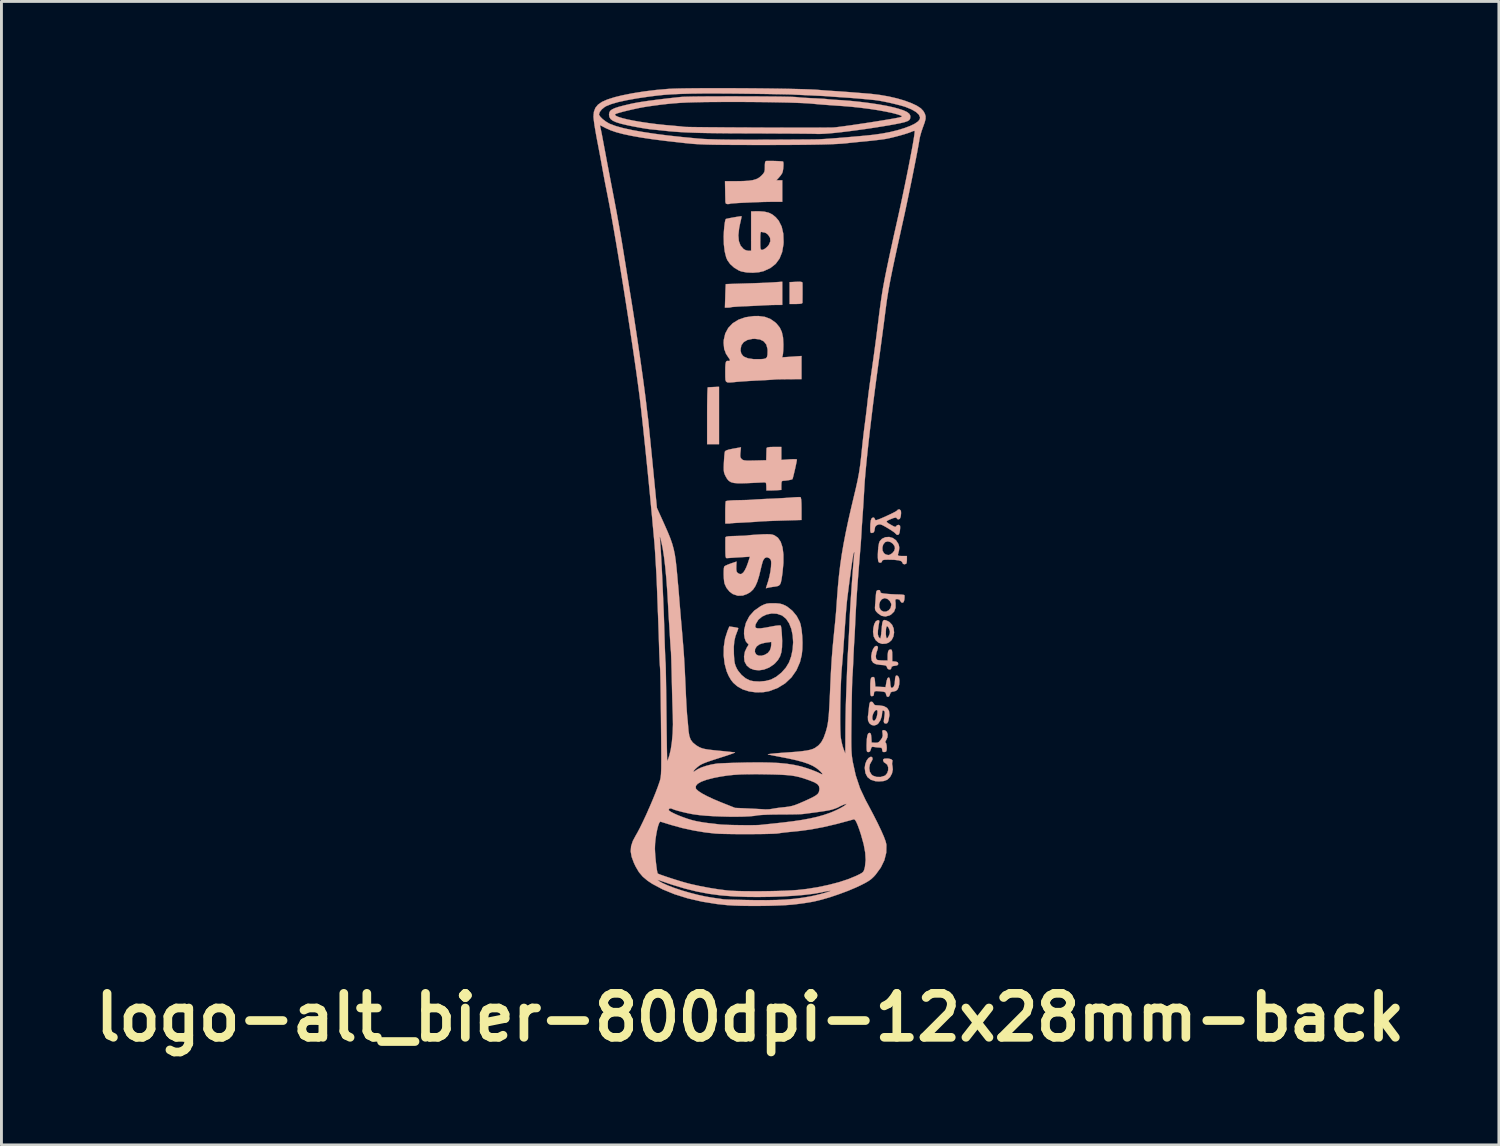
<source format=kicad_pcb>
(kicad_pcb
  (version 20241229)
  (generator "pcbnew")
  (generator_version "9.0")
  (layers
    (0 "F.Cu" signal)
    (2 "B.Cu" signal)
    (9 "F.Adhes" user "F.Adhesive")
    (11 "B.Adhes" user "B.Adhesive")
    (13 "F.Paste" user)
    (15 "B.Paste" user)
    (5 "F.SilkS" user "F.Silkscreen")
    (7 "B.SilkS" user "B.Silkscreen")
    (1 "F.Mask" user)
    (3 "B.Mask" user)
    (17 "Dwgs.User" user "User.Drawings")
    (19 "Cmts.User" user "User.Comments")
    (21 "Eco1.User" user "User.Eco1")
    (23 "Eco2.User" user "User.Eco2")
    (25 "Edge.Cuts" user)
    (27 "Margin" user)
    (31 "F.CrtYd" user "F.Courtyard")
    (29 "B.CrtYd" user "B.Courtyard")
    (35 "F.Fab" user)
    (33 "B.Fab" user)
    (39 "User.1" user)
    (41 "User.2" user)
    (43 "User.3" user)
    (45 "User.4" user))
  (footprint "logo-alt_bier-800dpi-12x28mm-back"
    (layer "F.Cu")
    (at 22.915 14.049)
    (property "Reference" "logo-alt_bier-800dpi-12x28mm-back" (at 0.025 18.15 0) (layer "F.SilkS") (effects (font (size 1.524 1.524) (thickness 0.3))))
    (attr through_hole)
    (fp_poly (pts (xy -1.236 -3.691) (xy -1.339 -3.686) (xy -1.416 -3.682) (xy -1.443 -3.681) (xy -1.449 -3.65) (xy -1.454 -3.563) (xy -1.459 -3.428) (xy -1.462 -3.252) (xy -1.465 -3.043) (xy -1.466 -2.81) (xy -1.466 -2.694) (xy -1.466 -1.71) (xy -1.054 -1.71) (xy -1.054 -3.699) (xy -1.236 -3.691)) (stroke (width 0.01) (type solid)) (fill yes) (layer "B.SilkS"))
    (fp_poly (pts (xy 1.613 -7.335) (xy 1.391 -7.324) (xy 1.391 -6.567) (xy 1.613 -6.567) (xy 1.743 -6.572) (xy 1.815 -6.585) (xy 1.837 -6.607) (xy 1.837 -6.671) (xy 1.838 -6.775) (xy 1.839 -6.903) (xy 1.839 -7.037) (xy 1.839 -7.159) (xy 1.838 -7.252) (xy 1.838 -7.298) (xy 1.825 -7.323) (xy 1.781 -7.336) (xy 1.695 -7.338) (xy 1.613 -7.335)) (stroke (width 0.01) (type solid)) (fill yes) (layer "B.SilkS"))
    (fp_poly (pts (xy 0.843 -7.318) (xy 0.72 -7.311) (xy 0.548 -7.302) (xy 0.343 -7.294) (xy 0.12 -7.286) (xy -0.106 -7.279) (xy -0.133 -7.278) (xy -0.334 -7.272) (xy -0.512 -7.266) (xy -0.657 -7.262) (xy -0.761 -7.258) (xy -0.815 -7.255) (xy -0.82 -7.254) (xy -0.823 -7.223) (xy -0.827 -7.14) (xy -0.832 -7.018) (xy -0.837 -6.869) (xy -0.837 -6.845) (xy -0.85 -6.441) (xy -0.751 -6.441) (xy -0.677 -6.445) (xy -0.637 -6.455) (xy -0.637 -6.455) (xy -0.602 -6.462) (xy -0.514 -6.469) (xy -0.386 -6.478) (xy -0.229 -6.486) (xy -0.147 -6.489) (xy 0.035 -6.497) (xy 0.208 -6.505) (xy 0.357 -6.513) (xy 0.463 -6.519) (xy 0.486 -6.52) (xy 0.6 -6.526) (xy 0.746 -6.531) (xy 0.891 -6.534) (xy 1.137 -6.536) (xy 1.137 -7.338) (xy 0.843 -7.318)) (stroke (width 0.01) (type solid)) (fill yes) (layer "B.SilkS"))
    (fp_poly (pts (xy 4.194 9.123) (xy 4.122 9.166) (xy 4.059 9.254) (xy 4.013 9.371) (xy 3.995 9.498) (xy 3.994 9.504) (xy 4.018 9.685) (xy 4.088 9.822) (xy 4.204 9.916) (xy 4.365 9.966) (xy 4.487 9.974) (xy 4.649 9.961) (xy 4.768 9.918) (xy 4.777 9.913) (xy 4.871 9.823) (xy 4.938 9.698) (xy 4.967 9.561) (xy 4.956 9.452) (xy 4.941 9.369) (xy 4.947 9.308) (xy 4.949 9.304) (xy 4.957 9.247) (xy 4.911 9.205) (xy 4.817 9.183) (xy 4.768 9.181) (xy 4.681 9.185) (xy 4.64 9.203) (xy 4.63 9.242) (xy 4.63 9.245) (xy 4.658 9.308) (xy 4.706 9.338) (xy 4.774 9.394) (xy 4.807 9.483) (xy 4.806 9.587) (xy 4.773 9.686) (xy 4.709 9.763) (xy 4.683 9.778) (xy 4.547 9.82) (xy 4.406 9.819) (xy 4.283 9.777) (xy 4.231 9.738) (xy 4.17 9.636) (xy 4.151 9.508) (xy 4.173 9.38) (xy 4.22 9.295) (xy 4.262 9.218) (xy 4.263 9.155) (xy 4.228 9.123) (xy 4.194 9.123)) (stroke (width 0.01) (type solid)) (fill yes) (layer "B.SilkS"))
    (fp_poly (pts (xy 4.334 5.311) (xy 4.284 5.386) (xy 4.245 5.49) (xy 4.222 5.612) (xy 4.219 5.661) (xy 4.233 5.78) (xy 4.286 5.862) (xy 4.385 5.912) (xy 4.537 5.935) (xy 4.544 5.936) (xy 4.658 5.945) (xy 4.722 5.96) (xy 4.753 5.984) (xy 4.763 6.017) (xy 4.791 6.072) (xy 4.841 6.098) (xy 4.89 6.091) (xy 4.915 6.049) (xy 4.915 6.041) (xy 4.929 5.997) (xy 4.98 5.975) (xy 5.034 5.968) (xy 5.115 5.954) (xy 5.149 5.923) (xy 5.153 5.894) (xy 5.137 5.847) (xy 5.077 5.824) (xy 5.05 5.821) (xy 4.947 5.811) (xy 4.947 5.607) (xy 4.945 5.495) (xy 4.935 5.433) (xy 4.915 5.407) (xy 4.887 5.402) (xy 4.834 5.419) (xy 4.803 5.476) (xy 4.789 5.581) (xy 4.788 5.643) (xy 4.788 5.783) (xy 4.632 5.783) (xy 4.53 5.779) (xy 4.449 5.77) (xy 4.426 5.764) (xy 4.387 5.718) (xy 4.378 5.63) (xy 4.398 5.516) (xy 4.424 5.443) (xy 4.452 5.35) (xy 4.442 5.297) (xy 4.439 5.294) (xy 4.388 5.277) (xy 4.334 5.311)) (stroke (width 0.01) (type solid)) (fill yes) (layer "B.SilkS"))
    (fp_poly (pts (xy 4.629 4.407) (xy 4.604 4.478) (xy 4.588 4.602) (xy 4.58 4.704) (xy 4.568 4.837) (xy 4.554 4.943) (xy 4.54 5.007) (xy 4.531 5.021) (xy 4.498 4.996) (xy 4.468 4.953) (xy 4.448 4.874) (xy 4.451 4.747) (xy 4.475 4.567) (xy 4.49 4.487) (xy 4.5 4.416) (xy 4.484 4.39) (xy 4.436 4.391) (xy 4.374 4.431) (xy 4.325 4.523) (xy 4.293 4.658) (xy 4.283 4.793) (xy 4.305 4.951) (xy 4.372 5.078) (xy 4.472 5.166) (xy 4.597 5.209) (xy 4.735 5.199) (xy 4.828 5.162) (xy 4.927 5.075) (xy 4.988 4.954) (xy 5.011 4.815) (xy 5.006 4.771) (xy 4.866 4.771) (xy 4.863 4.839) (xy 4.838 4.91) (xy 4.794 4.995) (xy 4.76 5.017) (xy 4.737 4.978) (xy 4.726 4.878) (xy 4.725 4.817) (xy 4.731 4.685) (xy 4.749 4.611) (xy 4.778 4.595) (xy 4.815 4.64) (xy 4.837 4.686) (xy 4.866 4.771) (xy 5.006 4.771) (xy 4.996 4.674) (xy 4.942 4.548) (xy 4.851 4.452) (xy 4.821 4.434) (xy 4.731 4.392) (xy 4.669 4.381) (xy 4.629 4.407)) (stroke (width 0.01) (type solid)) (fill yes) (layer "B.SilkS"))
    (fp_poly (pts (xy 4.613 8.205) (xy 4.602 8.242) (xy 4.612 8.31) (xy 4.618 8.397) (xy 4.592 8.471) (xy 4.549 8.534) (xy 4.487 8.605) (xy 4.428 8.634) (xy 4.349 8.635) (xy 4.233 8.625) (xy 4.223 8.458) (xy 4.213 8.358) (xy 4.195 8.308) (xy 4.163 8.292) (xy 4.156 8.291) (xy 4.114 8.314) (xy 4.085 8.384) (xy 4.067 8.506) (xy 4.059 8.685) (xy 4.058 8.744) (xy 4.06 8.858) (xy 4.068 8.923) (xy 4.087 8.951) (xy 4.12 8.958) (xy 4.122 8.958) (xy 4.175 8.937) (xy 4.205 8.866) (xy 4.206 8.86) (xy 4.226 8.793) (xy 4.264 8.773) (xy 4.321 8.781) (xy 4.425 8.795) (xy 4.506 8.8) (xy 4.573 8.809) (xy 4.596 8.848) (xy 4.598 8.879) (xy 4.614 8.942) (xy 4.656 8.958) (xy 4.716 8.948) (xy 4.735 8.937) (xy 4.752 8.89) (xy 4.757 8.81) (xy 4.751 8.725) (xy 4.736 8.657) (xy 4.719 8.633) (xy 4.702 8.607) (xy 4.733 8.547) (xy 4.735 8.544) (xy 4.781 8.443) (xy 4.788 8.342) (xy 4.759 8.257) (xy 4.698 8.205) (xy 4.651 8.196) (xy 4.613 8.205)) (stroke (width 0.01) (type solid)) (fill yes) (layer "B.SilkS"))
    (fp_poly (pts (xy 1.631 0.126) (xy 1.512 0.133) (xy 1.479 0.136) (xy 1.355 0.145) (xy 1.186 0.156) (xy 0.992 0.167) (xy 0.791 0.177) (xy 0.712 0.18) (xy 0.531 0.188) (xy 0.365 0.197) (xy 0.229 0.204) (xy 0.135 0.211) (xy 0.105 0.213) (xy 0.037 0.218) (xy -0.078 0.223) (xy -0.226 0.227) (xy -0.389 0.23) (xy -0.396 0.23) (xy -0.55 0.234) (xy -0.68 0.242) (xy -0.774 0.253) (xy -0.818 0.264) (xy -0.82 0.266) (xy -0.827 0.308) (xy -0.833 0.399) (xy -0.837 0.527) (xy -0.838 0.666) (xy -0.838 1.037) (xy -0.756 1.04) (xy -0.691 1.039) (xy -0.665 1.034) (xy -0.631 1.029) (xy -0.546 1.022) (xy -0.421 1.015) (xy -0.268 1.007) (xy -0.212 1.004) (xy -0.044 0.995) (xy 0.107 0.987) (xy 0.226 0.979) (xy 0.3 0.972) (xy 0.31 0.971) (xy 0.364 0.967) (xy 0.471 0.961) (xy 0.62 0.954) (xy 0.802 0.947) (xy 1.006 0.94) (xy 1.096 0.937) (xy 1.804 0.916) (xy 1.804 0.526) (xy 1.801 0.341) (xy 1.793 0.21) (xy 1.779 0.139) (xy 1.769 0.126) (xy 1.723 0.123) (xy 1.631 0.126)) (stroke (width 0.01) (type solid)) (fill yes) (layer "B.SilkS"))
    (fp_poly (pts (xy 0.601 -11.523) (xy 0.589 -11.523) (xy 0.558 -11.512) (xy 0.541 -11.472) (xy 0.534 -11.391) (xy 0.534 -11.326) (xy 0.531 -11.214) (xy 0.515 -11.141) (xy 0.477 -11.08) (xy 0.415 -11.013) (xy 0.333 -10.944) (xy 0.238 -10.894) (xy 0.118 -10.858) (xy -0.035 -10.836) (xy -0.232 -10.825) (xy -0.444 -10.822) (xy -0.847 -10.822) (xy -0.841 -10.497) (xy -0.839 -10.352) (xy -0.836 -10.224) (xy -0.834 -10.132) (xy -0.834 -10.1) (xy -0.814 -10.043) (xy -0.757 -10.028) (xy -0.694 -10.033) (xy -0.67 -10.041) (xy -0.635 -10.048) (xy -0.546 -10.055) (xy -0.415 -10.064) (xy -0.252 -10.073) (xy -0.067 -10.081) (xy 0.129 -10.09) (xy 0.325 -10.097) (xy 0.512 -10.103) (xy 0.678 -10.106) (xy 0.812 -10.108) (xy 1.137 -10.108) (xy 1.137 -10.481) (xy 1.137 -10.854) (xy 0.935 -10.854) (xy 1.016 -10.941) (xy 1.083 -11.022) (xy 1.134 -11.099) (xy 1.136 -11.104) (xy 1.156 -11.168) (xy 1.171 -11.263) (xy 1.178 -11.365) (xy 1.178 -11.452) (xy 1.167 -11.501) (xy 1.166 -11.503) (xy 1.131 -11.508) (xy 1.05 -11.514) (xy 0.939 -11.519) (xy 0.816 -11.523) (xy 0.698 -11.524) (xy 0.601 -11.523)) (stroke (width 0.01) (type solid)) (fill yes) (layer "B.SilkS"))
    (fp_poly (pts (xy 4.188 7.221) (xy 4.165 7.256) (xy 4.15 7.332) (xy 4.141 7.41) (xy 4.128 7.542) (xy 4.112 7.669) (xy 4.103 7.736) (xy 4.108 7.859) (xy 4.153 7.956) (xy 4.228 8.017) (xy 4.318 8.037) (xy 4.413 8.007) (xy 4.466 7.963) (xy 4.539 7.85) (xy 4.586 7.703) (xy 4.598 7.586) (xy 4.603 7.549) (xy 4.437 7.549) (xy 4.432 7.637) (xy 4.431 7.641) (xy 4.408 7.749) (xy 4.371 7.828) (xy 4.329 7.871) (xy 4.289 7.87) (xy 4.26 7.819) (xy 4.255 7.792) (xy 4.26 7.711) (xy 4.289 7.622) (xy 4.333 7.544) (xy 4.38 7.501) (xy 4.394 7.498) (xy 4.426 7.508) (xy 4.437 7.549) (xy 4.603 7.549) (xy 4.606 7.526) (xy 4.638 7.516) (xy 4.649 7.519) (xy 4.68 7.545) (xy 4.689 7.6) (xy 4.681 7.685) (xy 4.667 7.788) (xy 4.656 7.874) (xy 4.653 7.895) (xy 4.668 7.95) (xy 4.715 7.968) (xy 4.764 7.963) (xy 4.797 7.92) (xy 4.818 7.857) (xy 4.85 7.674) (xy 4.835 7.531) (xy 4.77 7.429) (xy 4.655 7.365) (xy 4.49 7.34) (xy 4.454 7.339) (xy 4.364 7.333) (xy 4.318 7.309) (xy 4.303 7.276) (xy 4.262 7.222) (xy 4.223 7.212) (xy 4.188 7.221)) (stroke (width 0.01) (type solid)) (fill yes) (layer "B.SilkS"))
    (fp_poly (pts (xy 5.071 6.317) (xy 5.048 6.389) (xy 5.042 6.47) (xy 5.03 6.603) (xy 4.996 6.695) (xy 4.943 6.735) (xy 4.932 6.736) (xy 4.903 6.715) (xy 4.885 6.645) (xy 4.877 6.553) (xy 4.867 6.443) (xy 4.848 6.386) (xy 4.82 6.371) (xy 4.784 6.398) (xy 4.755 6.482) (xy 4.744 6.539) (xy 4.715 6.707) (xy 4.537 6.698) (xy 4.36 6.688) (xy 4.35 6.521) (xy 4.34 6.422) (xy 4.322 6.371) (xy 4.29 6.355) (xy 4.282 6.355) (xy 4.24 6.364) (xy 4.212 6.397) (xy 4.196 6.464) (xy 4.187 6.575) (xy 4.185 6.738) (xy 4.186 6.873) (xy 4.191 6.957) (xy 4.203 7.002) (xy 4.224 7.019) (xy 4.248 7.021) (xy 4.299 7.002) (xy 4.312 6.944) (xy 4.318 6.885) (xy 4.344 6.853) (xy 4.404 6.843) (xy 4.511 6.85) (xy 4.543 6.853) (xy 4.645 6.866) (xy 4.7 6.884) (xy 4.724 6.917) (xy 4.731 6.954) (xy 4.758 7.027) (xy 4.802 7.048) (xy 4.846 7.014) (xy 4.867 6.96) (xy 4.893 6.89) (xy 4.943 6.865) (xy 4.976 6.863) (xy 5.064 6.84) (xy 5.122 6.799) (xy 5.164 6.719) (xy 5.19 6.606) (xy 5.196 6.486) (xy 5.181 6.384) (xy 5.161 6.342) (xy 5.111 6.3) (xy 5.071 6.317)) (stroke (width 0.01) (type solid)) (fill yes) (layer "B.SilkS"))
    (fp_poly (pts (xy 4.712 1.512) (xy 4.594 1.566) (xy 4.514 1.652) (xy 4.489 1.719) (xy 4.47 1.827) (xy 4.456 1.96) (xy 4.449 2.098) (xy 4.449 2.226) (xy 4.459 2.325) (xy 4.476 2.376) (xy 4.527 2.4) (xy 4.578 2.38) (xy 4.598 2.335) (xy 4.615 2.309) (xy 4.674 2.295) (xy 4.786 2.291) (xy 4.8 2.291) (xy 5.012 2.296) (xy 5.164 2.313) (xy 5.258 2.341) (xy 5.295 2.381) (xy 5.296 2.39) (xy 5.321 2.436) (xy 5.376 2.452) (xy 5.432 2.43) (xy 5.434 2.428) (xy 5.448 2.385) (xy 5.455 2.306) (xy 5.455 2.285) (xy 5.455 2.164) (xy 5.293 2.164) (xy 5.198 2.162) (xy 5.153 2.151) (xy 5.143 2.124) (xy 5.15 2.092) (xy 5.182 1.963) (xy 5.188 1.894) (xy 5.042 1.894) (xy 5.015 1.985) (xy 4.946 2.068) (xy 4.858 2.122) (xy 4.806 2.132) (xy 4.722 2.11) (xy 4.661 2.068) (xy 4.612 1.979) (xy 4.605 1.868) (xy 4.636 1.761) (xy 4.705 1.681) (xy 4.706 1.68) (xy 4.791 1.657) (xy 4.885 1.68) (xy 4.969 1.739) (xy 5.027 1.822) (xy 5.042 1.894) (xy 5.188 1.894) (xy 5.19 1.868) (xy 5.175 1.786) (xy 5.158 1.742) (xy 5.079 1.621) (xy 4.969 1.541) (xy 4.842 1.504) (xy 4.712 1.512)) (stroke (width 0.01) (type solid)) (fill yes) (layer "B.SilkS"))
    (fp_poly (pts (xy 4.419 3.359) (xy 4.395 3.399) (xy 4.384 3.481) (xy 4.381 3.513) (xy 4.372 3.642) (xy 4.361 3.788) (xy 4.355 3.855) (xy 4.348 3.961) (xy 4.356 4.029) (xy 4.388 4.084) (xy 4.449 4.148) (xy 4.574 4.235) (xy 4.71 4.26) (xy 4.852 4.223) (xy 4.904 4.194) (xy 5.01 4.092) (xy 5.063 3.956) (xy 5.063 3.855) (xy 4.915 3.855) (xy 4.891 3.963) (xy 4.828 4.043) (xy 4.742 4.089) (xy 4.648 4.093) (xy 4.561 4.048) (xy 4.549 4.036) (xy 4.5 3.944) (xy 4.495 3.839) (xy 4.526 3.739) (xy 4.588 3.662) (xy 4.674 3.625) (xy 4.692 3.624) (xy 4.783 3.652) (xy 4.862 3.722) (xy 4.91 3.814) (xy 4.915 3.855) (xy 5.063 3.855) (xy 5.063 3.798) (xy 5.053 3.711) (xy 5.061 3.669) (xy 5.094 3.657) (xy 5.125 3.656) (xy 5.199 3.678) (xy 5.224 3.72) (xy 5.261 3.771) (xy 5.296 3.783) (xy 5.339 3.763) (xy 5.363 3.695) (xy 5.368 3.664) (xy 5.374 3.581) (xy 5.371 3.526) (xy 5.369 3.521) (xy 5.333 3.508) (xy 5.253 3.499) (xy 5.188 3.497) (xy 5.068 3.494) (xy 4.919 3.487) (xy 4.777 3.477) (xy 4.653 3.464) (xy 4.58 3.45) (xy 4.544 3.43) (xy 4.534 3.4) (xy 4.534 3.395) (xy 4.517 3.349) (xy 4.463 3.344) (xy 4.419 3.359)) (stroke (width 0.01) (type solid)) (fill yes) (layer "B.SilkS"))
    (fp_poly (pts (xy 5.147 0.555) (xy 5.115 0.588) (xy 5.079 0.615) (xy 4.998 0.659) (xy 4.887 0.714) (xy 4.76 0.773) (xy 4.631 0.831) (xy 4.515 0.88) (xy 4.425 0.913) (xy 4.377 0.925) (xy 4.348 0.9) (xy 4.344 0.878) (xy 4.318 0.838) (xy 4.284 0.83) (xy 4.237 0.854) (xy 4.206 0.927) (xy 4.189 1.054) (xy 4.185 1.202) (xy 4.187 1.301) (xy 4.198 1.351) (xy 4.223 1.366) (xy 4.256 1.364) (xy 4.307 1.343) (xy 4.331 1.288) (xy 4.338 1.238) (xy 4.355 1.152) (xy 4.402 1.102) (xy 4.44 1.084) (xy 4.488 1.068) (xy 4.535 1.069) (xy 4.596 1.089) (xy 4.684 1.135) (xy 4.79 1.197) (xy 4.904 1.267) (xy 4.997 1.33) (xy 5.053 1.376) (xy 5.064 1.391) (xy 5.106 1.428) (xy 5.137 1.433) (xy 5.175 1.416) (xy 5.2 1.357) (xy 5.212 1.287) (xy 5.221 1.194) (xy 5.219 1.128) (xy 5.215 1.113) (xy 5.168 1.085) (xy 5.112 1.099) (xy 5.086 1.131) (xy 5.066 1.154) (xy 5.024 1.148) (xy 4.948 1.11) (xy 4.92 1.094) (xy 4.813 1.032) (xy 4.759 0.99) (xy 4.756 0.959) (xy 4.799 0.929) (xy 4.868 0.897) (xy 4.995 0.847) (xy 5.073 0.832) (xy 5.105 0.852) (xy 5.106 0.862) (xy 5.132 0.888) (xy 5.165 0.894) (xy 5.209 0.876) (xy 5.236 0.813) (xy 5.245 0.769) (xy 5.253 0.676) (xy 5.248 0.604) (xy 5.245 0.595) (xy 5.203 0.55) (xy 5.147 0.555)) (stroke (width 0.01) (type solid)) (fill yes) (layer "B.SilkS"))
    (fp_poly (pts (xy 0.711 -1.611) (xy 0.628 -1.599) (xy 0.595 -1.579) (xy 0.594 -1.575) (xy 0.591 -1.523) (xy 0.588 -1.431) (xy 0.586 -1.345) (xy 0.581 -1.154) (xy 0.189 -1.144) (xy 0.021 -1.141) (xy -0.096 -1.142) (xy -0.173 -1.149) (xy -0.224 -1.163) (xy -0.26 -1.186) (xy -0.267 -1.192) (xy -0.303 -1.235) (xy -0.319 -1.292) (xy -0.316 -1.383) (xy -0.312 -1.426) (xy -0.294 -1.602) (xy -0.561 -1.555) (xy -0.717 -1.523) (xy -0.812 -1.49) (xy -0.849 -1.458) (xy -0.859 -1.407) (xy -0.87 -1.308) (xy -0.879 -1.177) (xy -0.885 -1.075) (xy -0.891 -0.921) (xy -0.89 -0.813) (xy -0.88 -0.734) (xy -0.859 -0.668) (xy -0.826 -0.599) (xy -0.773 -0.507) (xy -0.714 -0.44) (xy -0.64 -0.394) (xy -0.541 -0.367) (xy -0.407 -0.355) (xy -0.227 -0.355) (xy -0.054 -0.361) (xy 0.12 -0.369) (xy 0.277 -0.376) (xy 0.403 -0.382) (xy 0.484 -0.386) (xy 0.502 -0.387) (xy 0.551 -0.384) (xy 0.575 -0.357) (xy 0.583 -0.29) (xy 0.585 -0.249) (xy 0.588 -0.106) (xy 0.712 -0.106) (xy 0.829 -0.109) (xy 0.955 -0.115) (xy 0.97 -0.116) (xy 1.105 -0.126) (xy 1.105 -0.283) (xy 1.109 -0.379) (xy 1.125 -0.427) (xy 1.158 -0.441) (xy 1.161 -0.441) (xy 1.253 -0.448) (xy 1.354 -0.462) (xy 1.439 -0.479) (xy 1.487 -0.496) (xy 1.489 -0.498) (xy 1.502 -0.534) (xy 1.524 -0.617) (xy 1.551 -0.729) (xy 1.581 -0.856) (xy 1.608 -0.98) (xy 1.63 -1.087) (xy 1.643 -1.16) (xy 1.645 -1.179) (xy 1.616 -1.188) (xy 1.538 -1.191) (xy 1.426 -1.187) (xy 1.375 -1.184) (xy 1.105 -1.164) (xy 1.105 -1.615) (xy 0.851 -1.615) (xy 0.711 -1.611)) (stroke (width 0.01) (type solid)) (fill yes) (layer "B.SilkS"))
    (fp_poly (pts (xy 0.161 -9.778) (xy 0.058 -9.774) (xy 0.058 -8.409) (xy -0.033 -8.409) (xy -0.125 -8.429) (xy -0.204 -8.472) (xy -0.307 -8.589) (xy -0.367 -8.747) (xy -0.384 -8.946) (xy -0.358 -9.19) (xy -0.326 -9.345) (xy -0.299 -9.463) (xy -0.28 -9.554) (xy -0.272 -9.603) (xy -0.273 -9.607) (xy -0.305 -9.606) (xy -0.382 -9.595) (xy -0.486 -9.578) (xy -0.6 -9.558) (xy -0.705 -9.538) (xy -0.784 -9.521) (xy -0.82 -9.511) (xy -0.82 -9.51) (xy -0.838 -9.463) (xy -0.856 -9.367) (xy -0.872 -9.235) (xy -0.885 -9.083) (xy -0.892 -8.923) (xy -0.893 -8.904) (xy -0.886 -8.63) (xy -0.857 -8.387) (xy -0.807 -8.186) (xy -0.767 -8.089) (xy -0.668 -7.95) (xy -0.528 -7.824) (xy -0.368 -7.728) (xy -0.279 -7.694) (xy -0.094 -7.659) (xy 0.118 -7.65) (xy 0.326 -7.667) (xy 0.492 -7.706) (xy 0.725 -7.813) (xy 0.908 -7.957) (xy 1.043 -8.141) (xy 1.133 -8.367) (xy 1.179 -8.638) (xy 1.183 -8.711) (xy 1.182 -8.74) (xy 0.724 -8.74) (xy 0.674 -8.619) (xy 0.616 -8.549) (xy 0.539 -8.484) (xy 0.466 -8.446) (xy 0.442 -8.441) (xy 0.411 -8.444) (xy 0.392 -8.463) (xy 0.381 -8.508) (xy 0.376 -8.591) (xy 0.375 -8.724) (xy 0.375 -8.762) (xy 0.376 -8.907) (xy 0.381 -9) (xy 0.39 -9.05) (xy 0.407 -9.066) (xy 0.425 -9.063) (xy 0.498 -9.046) (xy 0.522 -9.044) (xy 0.575 -9.023) (xy 0.64 -8.972) (xy 0.646 -8.966) (xy 0.715 -8.859) (xy 0.724 -8.74) (xy 1.182 -8.74) (xy 1.173 -9.001) (xy 1.116 -9.249) (xy 1.012 -9.455) (xy 0.91 -9.574) (xy 0.795 -9.667) (xy 0.668 -9.73) (xy 0.516 -9.766) (xy 0.326 -9.78) (xy 0.161 -9.778)) (stroke (width 0.01) (type solid)) (fill yes) (layer "B.SilkS"))
    (fp_poly (pts (xy 0.14 -6.147) (xy -0.139 -6.107) (xy -0.38 -6.023) (xy -0.58 -5.899) (xy -0.734 -5.738) (xy -0.838 -5.544) (xy -0.89 -5.319) (xy -0.895 -5.217) (xy -0.876 -5.015) (xy -0.813 -4.843) (xy -0.731 -4.718) (xy -0.679 -4.642) (xy -0.674 -4.603) (xy -0.718 -4.593) (xy -0.758 -4.596) (xy -0.792 -4.59) (xy -0.815 -4.556) (xy -0.83 -4.485) (xy -0.837 -4.369) (xy -0.838 -4.198) (xy -0.838 -4.19) (xy -0.837 -4.041) (xy -0.832 -3.941) (xy -0.811 -3.88) (xy -0.763 -3.851) (xy -0.68 -3.847) (xy -0.55 -3.858) (xy -0.435 -3.87) (xy -0.309 -3.88) (xy -0.139 -3.892) (xy 0.055 -3.904) (xy 0.253 -3.915) (xy 0.311 -3.917) (xy 0.485 -3.926) (xy 0.638 -3.934) (xy 0.758 -3.942) (xy 0.834 -3.948) (xy 0.851 -3.95) (xy 0.899 -3.953) (xy 0.997 -3.957) (xy 1.133 -3.959) (xy 1.294 -3.961) (xy 1.351 -3.962) (xy 1.804 -3.964) (xy 1.804 -4.765) (xy 1.467 -4.742) (xy 1.131 -4.719) (xy 1.153 -4.79) (xy 1.163 -4.852) (xy 1.169 -4.942) (xy 0.629 -4.942) (xy 0.625 -4.809) (xy 0.607 -4.727) (xy 0.565 -4.683) (xy 0.488 -4.663) (xy 0.395 -4.656) (xy 0.147 -4.656) (xy -0.045 -4.683) (xy -0.18 -4.737) (xy -0.225 -4.772) (xy -0.284 -4.851) (xy -0.306 -4.947) (xy -0.308 -4.993) (xy -0.28 -5.136) (xy -0.2 -5.246) (xy -0.072 -5.321) (xy 0.102 -5.358) (xy 0.185 -5.361) (xy 0.364 -5.339) (xy 0.497 -5.272) (xy 0.585 -5.161) (xy 0.626 -5.008) (xy 0.629 -4.942) (xy 1.169 -4.942) (xy 1.171 -4.959) (xy 1.175 -5.093) (xy 1.176 -5.168) (xy 1.164 -5.404) (xy 1.123 -5.594) (xy 1.05 -5.751) (xy 0.939 -5.888) (xy 0.889 -5.934) (xy 0.723 -6.05) (xy 0.534 -6.121) (xy 0.312 -6.15) (xy 0.14 -6.147)) (stroke (width 0.01) (type solid)) (fill yes) (layer "B.SilkS"))
    (fp_poly (pts (xy 0.466 1.412) (xy 0.346 1.419) (xy 0.193 1.428) (xy 0.064 1.437) (xy -0.028 1.445) (xy -0.071 1.451) (xy -0.072 1.452) (xy -0.109 1.456) (xy -0.197 1.462) (xy -0.321 1.466) (xy -0.461 1.47) (xy -0.623 1.475) (xy -0.731 1.482) (xy -0.795 1.493) (xy -0.826 1.509) (xy -0.834 1.527) (xy -0.834 1.578) (xy -0.835 1.677) (xy -0.835 1.807) (xy -0.835 1.91) (xy -0.833 2.059) (xy -0.829 2.156) (xy -0.82 2.21) (xy -0.803 2.234) (xy -0.778 2.238) (xy -0.778 2.238) (xy -0.725 2.234) (xy -0.624 2.227) (xy -0.49 2.218) (xy -0.353 2.21) (xy 0.017 2.188) (xy -0.059 2.422) (xy -0.106 2.547) (xy -0.16 2.656) (xy -0.208 2.729) (xy -0.212 2.733) (xy -0.272 2.783) (xy -0.323 2.791) (xy -0.37 2.773) (xy -0.418 2.743) (xy -0.446 2.696) (xy -0.456 2.618) (xy -0.454 2.494) (xy -0.453 2.475) (xy -0.447 2.357) (xy -0.647 2.424) (xy -0.753 2.464) (xy -0.834 2.501) (xy -0.871 2.526) (xy -0.885 2.581) (xy -0.892 2.68) (xy -0.893 2.804) (xy -0.888 2.933) (xy -0.876 3.05) (xy -0.862 3.123) (xy -0.796 3.267) (xy -0.692 3.396) (xy -0.577 3.482) (xy -0.405 3.54) (xy -0.232 3.535) (xy -0.078 3.479) (xy 0.035 3.411) (xy 0.128 3.323) (xy 0.206 3.206) (xy 0.273 3.053) (xy 0.335 2.853) (xy 0.39 2.624) (xy 0.42 2.499) (xy 0.45 2.388) (xy 0.474 2.316) (xy 0.531 2.234) (xy 0.606 2.207) (xy 0.687 2.239) (xy 0.699 2.248) (xy 0.732 2.285) (xy 0.749 2.333) (xy 0.754 2.407) (xy 0.748 2.525) (xy 0.747 2.545) (xy 0.727 2.699) (xy 0.692 2.875) (xy 0.65 3.032) (xy 0.57 3.281) (xy 0.639 3.264) (xy 0.71 3.25) (xy 0.815 3.233) (xy 0.878 3.225) (xy 0.958 3.212) (xy 1.016 3.191) (xy 1.057 3.153) (xy 1.087 3.087) (xy 1.11 2.982) (xy 1.133 2.829) (xy 1.145 2.744) (xy 1.177 2.402) (xy 1.177 2.109) (xy 1.146 1.865) (xy 1.082 1.672) (xy 0.987 1.531) (xy 0.861 1.445) (xy 0.797 1.424) (xy 0.719 1.412) (xy 0.614 1.409) (xy 0.466 1.412)) (stroke (width 0.01) (type solid)) (fill yes) (layer "B.SilkS"))
    (fp_poly (pts (xy 0.699 3.802) (xy 0.6 3.814) (xy 0.512 3.842) (xy 0.409 3.892) (xy 0.38 3.908) (xy 0.165 4.059) (xy -0.003 4.25) (xy -0.121 4.476) (xy -0.182 4.72) (xy -0.187 4.863) (xy -0.168 5) (xy -0.13 5.113) (xy -0.077 5.183) (xy -0.072 5.186) (xy -0.038 5.212) (xy -0.036 5.244) (xy -0.068 5.301) (xy -0.088 5.33) (xy -0.158 5.48) (xy -0.187 5.648) (xy -0.172 5.808) (xy -0.165 5.829) (xy -0.092 5.961) (xy 0.022 6.055) (xy 0.167 6.109) (xy 0.331 6.124) (xy 0.504 6.098) (xy 0.678 6.03) (xy 0.841 5.922) (xy 0.887 5.88) (xy 0.988 5.766) (xy 1.06 5.643) (xy 1.106 5.499) (xy 1.129 5.322) (xy 1.13 5.241) (xy 0.756 5.241) (xy 0.741 5.344) (xy 0.706 5.438) (xy 0.635 5.525) (xy 0.532 5.587) (xy 0.418 5.619) (xy 0.312 5.615) (xy 0.234 5.575) (xy 0.188 5.489) (xy 0.194 5.393) (xy 0.248 5.3) (xy 0.339 5.23) (xy 0.425 5.198) (xy 0.538 5.171) (xy 0.592 5.162) (xy 0.756 5.14) (xy 0.756 5.241) (xy 1.13 5.241) (xy 1.133 5.101) (xy 1.128 4.979) (xy 1.119 4.829) (xy 1.108 4.703) (xy 1.095 4.613) (xy 1.083 4.574) (xy 1.042 4.568) (xy 0.952 4.575) (xy 0.828 4.594) (xy 0.739 4.611) (xy 0.533 4.65) (xy 0.383 4.67) (xy 0.281 4.671) (xy 0.222 4.652) (xy 0.201 4.61) (xy 0.211 4.546) (xy 0.221 4.516) (xy 0.306 4.375) (xy 0.436 4.265) (xy 0.595 4.19) (xy 0.772 4.155) (xy 0.951 4.164) (xy 1.121 4.222) (xy 1.136 4.23) (xy 1.269 4.339) (xy 1.374 4.495) (xy 1.451 4.69) (xy 1.498 4.912) (xy 1.514 5.152) (xy 1.497 5.399) (xy 1.446 5.644) (xy 1.371 5.85) (xy 1.261 6.033) (xy 1.108 6.205) (xy 0.929 6.348) (xy 0.743 6.446) (xy 0.74 6.447) (xy 0.556 6.494) (xy 0.349 6.513) (xy 0.146 6.503) (xy 0.021 6.477) (xy -0.13 6.403) (xy -0.276 6.283) (xy -0.399 6.131) (xy -0.441 6.058) (xy -0.481 5.97) (xy -0.508 5.883) (xy -0.525 5.777) (xy -0.535 5.633) (xy -0.539 5.554) (xy -0.542 5.314) (xy -0.525 5.116) (xy -0.485 4.941) (xy -0.429 4.791) (xy -0.399 4.714) (xy -0.388 4.666) (xy -0.39 4.66) (xy -0.426 4.649) (xy -0.504 4.634) (xy -0.549 4.627) (xy -0.696 4.606) (xy -0.76 4.758) (xy -0.844 5.02) (xy -0.888 5.308) (xy -0.893 5.606) (xy -0.86 5.896) (xy -0.788 6.162) (xy -0.721 6.316) (xy -0.642 6.453) (xy -0.56 6.557) (xy -0.452 6.652) (xy -0.412 6.684) (xy -0.232 6.786) (xy -0.013 6.855) (xy 0.228 6.888) (xy 0.475 6.883) (xy 0.684 6.846) (xy 0.98 6.735) (xy 1.238 6.575) (xy 1.456 6.369) (xy 1.628 6.123) (xy 1.751 5.84) (xy 1.812 5.589) (xy 1.833 5.391) (xy 1.838 5.168) (xy 1.829 4.939) (xy 1.807 4.723) (xy 1.772 4.538) (xy 1.743 4.445) (xy 1.637 4.243) (xy 1.487 4.062) (xy 1.31 3.92) (xy 1.252 3.886) (xy 1.151 3.841) (xy 1.053 3.814) (xy 0.934 3.803) (xy 0.835 3.801) (xy 0.699 3.802)) (stroke (width 0.01) (type solid)) (fill yes) (layer "B.SilkS"))
    (fp_poly (pts (xy -0.938 -13.76) (xy -1.235 -13.759) (xy -1.514 -13.758) (xy -1.766 -13.756) (xy -1.984 -13.753) (xy -2.163 -13.749) (xy -2.294 -13.745) (xy -2.371 -13.74) (xy -2.813 -13.692) (xy -3.194 -13.646) (xy -3.516 -13.603) (xy -3.783 -13.563) (xy -3.997 -13.525) (xy -4.102 -13.503) (xy -4.342 -13.447) (xy -4.527 -13.398) (xy -4.664 -13.353) (xy -4.758 -13.309) (xy -4.819 -13.262) (xy -4.851 -13.209) (xy -4.863 -13.146) (xy -4.864 -13.124) (xy -4.852 -13.045) (xy -4.811 -12.977) (xy -4.735 -12.918) (xy -4.619 -12.865) (xy -4.455 -12.814) (xy -4.239 -12.763) (xy -4.08 -12.73) (xy -3.897 -12.695) (xy -3.718 -12.663) (xy -3.562 -12.638) (xy -3.445 -12.622) (xy -3.419 -12.619) (xy -3.298 -12.607) (xy -3.141 -12.591) (xy -2.978 -12.573) (xy -2.927 -12.568) (xy -2.758 -12.55) (xy -2.583 -12.536) (xy -2.398 -12.523) (xy -2.195 -12.512) (xy -1.97 -12.503) (xy -1.716 -12.495) (xy -1.428 -12.489) (xy -1.101 -12.485) (xy -0.728 -12.481) (xy -0.304 -12.479) (xy 0.177 -12.477) (xy 0.261 -12.477) (xy 0.613 -12.476) (xy 0.947 -12.474) (xy 1.258 -12.473) (xy 1.54 -12.471) (xy 1.788 -12.469) (xy 1.996 -12.467) (xy 2.157 -12.465) (xy 2.268 -12.463) (xy 2.322 -12.461) (xy 2.325 -12.46) (xy 2.383 -12.458) (xy 2.488 -12.461) (xy 2.624 -12.468) (xy 2.74 -12.476) (xy 2.942 -12.494) (xy 3.181 -12.52) (xy 3.447 -12.552) (xy 3.731 -12.59) (xy 4.022 -12.63) (xy 4.31 -12.673) (xy 4.586 -12.717) (xy 4.84 -12.759) (xy 5.061 -12.799) (xy 5.241 -12.835) (xy 5.369 -12.866) (xy 5.383 -12.87) (xy 5.486 -12.907) (xy 5.543 -12.946) (xy 5.57 -13) (xy 5.57 -13.003) (xy 5.574 -13.063) (xy 5.285 -13.063) (xy 5.245 -13.044) (xy 5.188 -13.029) (xy 5.077 -13.007) (xy 4.921 -12.979) (xy 4.729 -12.947) (xy 4.511 -12.911) (xy 4.275 -12.873) (xy 4.03 -12.835) (xy 3.786 -12.799) (xy 3.551 -12.764) (xy 3.335 -12.734) (xy 3.147 -12.709) (xy 2.995 -12.69) (xy 2.931 -12.684) (xy 2.873 -12.681) (xy 2.76 -12.68) (xy 2.595 -12.678) (xy 2.386 -12.677) (xy 2.138 -12.677) (xy 1.858 -12.677) (xy 1.55 -12.677) (xy 1.221 -12.677) (xy 0.878 -12.678) (xy 0.525 -12.679) (xy 0.169 -12.681) (xy -0.184 -12.682) (xy -0.529 -12.684) (xy -0.859 -12.686) (xy -1.169 -12.689) (xy -1.453 -12.691) (xy -1.704 -12.694) (xy -1.918 -12.696) (xy -2.087 -12.699) (xy -2.206 -12.702) (xy -2.269 -12.705) (xy -2.276 -12.705) (xy -2.354 -12.716) (xy -2.471 -12.728) (xy -2.605 -12.74) (xy -2.625 -12.742) (xy -2.927 -12.768) (xy -3.224 -12.8) (xy -3.508 -12.837) (xy -3.774 -12.877) (xy -4.017 -12.919) (xy -4.229 -12.962) (xy -4.406 -13.006) (xy -4.541 -13.048) (xy -4.627 -13.087) (xy -4.66 -13.123) (xy -4.653 -13.141) (xy -4.608 -13.163) (xy -4.512 -13.193) (xy -4.378 -13.23) (xy -4.217 -13.27) (xy -4.042 -13.31) (xy -3.864 -13.349) (xy -3.695 -13.382) (xy -3.548 -13.406) (xy -3.546 -13.407) (xy -3.291 -13.443) (xy -3.057 -13.474) (xy -2.834 -13.499) (xy -2.614 -13.52) (xy -2.388 -13.536) (xy -2.147 -13.548) (xy -1.882 -13.556) (xy -1.585 -13.562) (xy -1.245 -13.566) (xy -0.854 -13.567) (xy -0.673 -13.567) (xy -0.219 -13.567) (xy 0.214 -13.564) (xy 0.623 -13.56) (xy 1 -13.553) (xy 1.34 -13.546) (xy 1.638 -13.536) (xy 1.888 -13.526) (xy 2.085 -13.514) (xy 2.201 -13.504) (xy 2.294 -13.495) (xy 2.413 -13.484) (xy 2.564 -13.472) (xy 2.755 -13.458) (xy 2.996 -13.441) (xy 3.232 -13.425) (xy 3.534 -13.4) (xy 3.843 -13.367) (xy 4.148 -13.328) (xy 4.439 -13.284) (xy 4.705 -13.236) (xy 4.937 -13.188) (xy 5.122 -13.139) (xy 5.218 -13.107) (xy 5.279 -13.08) (xy 5.285 -13.063) (xy 5.574 -13.063) (xy 5.575 -13.083) (xy 5.54 -13.154) (xy 5.462 -13.217) (xy 5.334 -13.277) (xy 5.151 -13.336) (xy 4.995 -13.378) (xy 4.761 -13.43) (xy 4.478 -13.481) (xy 4.163 -13.528) (xy 3.828 -13.57) (xy 3.491 -13.605) (xy 3.166 -13.63) (xy 3.09 -13.634) (xy 2.941 -13.643) (xy 2.816 -13.652) (xy 2.729 -13.66) (xy 2.692 -13.665) (xy 2.692 -13.665) (xy 2.656 -13.669) (xy 2.569 -13.676) (xy 2.44 -13.683) (xy 2.283 -13.692) (xy 2.2 -13.695) (xy 2.026 -13.704) (xy 1.87 -13.713) (xy 1.744 -13.722) (xy 1.663 -13.731) (xy 1.645 -13.733) (xy 1.589 -13.738) (xy 1.477 -13.743) (xy 1.316 -13.747) (xy 1.111 -13.751) (xy 0.871 -13.754) (xy 0.601 -13.756) (xy 0.31 -13.758) (xy 0.003 -13.759) (xy -0.311 -13.76) (xy -0.627 -13.761) (xy -0.938 -13.76)) (stroke (width 0.01) (type solid)) (fill yes) (layer "B.SilkS"))
    (fp_poly (pts (xy -1.56 -14.043) (xy -1.881 -14.041) (xy -2.171 -14.038) (xy -2.422 -14.034) (xy -2.627 -14.028) (xy -2.781 -14.021) (xy -2.8 -14.02) (xy -3.226 -13.983) (xy -3.649 -13.931) (xy -4.052 -13.867) (xy -4.421 -13.793) (xy -4.676 -13.73) (xy -4.922 -13.652) (xy -5.11 -13.569) (xy -5.247 -13.473) (xy -5.338 -13.361) (xy -5.388 -13.227) (xy -5.403 -13.066) (xy -5.404 -13.064) (xy -5.397 -12.979) (xy -5.38 -12.844) (xy -5.354 -12.673) (xy -5.321 -12.478) (xy -5.283 -12.271) (xy -5.278 -12.245) (xy -5.236 -12.026) (xy -5.194 -11.806) (xy -5.156 -11.601) (xy -5.124 -11.427) (xy -5.101 -11.299) (xy -5.101 -11.298) (xy -5.079 -11.176) (xy -5.047 -11.005) (xy -5.009 -10.801) (xy -4.965 -10.578) (xy -4.92 -10.349) (xy -4.907 -10.282) (xy -4.847 -9.974) (xy -4.781 -9.61) (xy -4.708 -9.199) (xy -4.63 -8.749) (xy -4.549 -8.266) (xy -4.465 -7.759) (xy -4.38 -7.236) (xy -4.295 -6.704) (xy -4.212 -6.171) (xy -4.131 -5.645) (xy -4.054 -5.133) (xy -3.982 -4.643) (xy -3.916 -4.184) (xy -3.858 -3.762) (xy -3.808 -3.385) (xy -3.801 -3.329) (xy -3.779 -3.143) (xy -3.751 -2.902) (xy -3.72 -2.615) (xy -3.684 -2.289) (xy -3.647 -1.934) (xy -3.607 -1.557) (xy -3.567 -1.167) (xy -3.527 -0.773) (xy -3.488 -0.382) (xy -3.451 -0.003) (xy -3.417 0.356) (xy -3.386 0.686) (xy -3.372 0.83) (xy -3.353 1.047) (xy -3.334 1.252) (xy -3.317 1.434) (xy -3.304 1.581) (xy -3.295 1.68) (xy -3.293 1.703) (xy -3.284 1.809) (xy -3.274 1.952) (xy -3.264 2.108) (xy -3.261 2.164) (xy -3.251 2.333) (xy -3.24 2.513) (xy -3.231 2.671) (xy -3.229 2.704) (xy -3.222 2.825) (xy -3.215 2.989) (xy -3.207 3.179) (xy -3.199 3.372) (xy -3.197 3.418) (xy -3.19 3.628) (xy -3.181 3.857) (xy -3.173 4.077) (xy -3.165 4.262) (xy -3.165 4.275) (xy -3.159 4.434) (xy -3.152 4.637) (xy -3.144 4.866) (xy -3.137 5.102) (xy -3.131 5.291) (xy -3.125 5.493) (xy -3.117 5.68) (xy -3.11 5.841) (xy -3.103 5.962) (xy -3.097 6.034) (xy -3.097 6.037) (xy -3.094 6.089) (xy -3.09 6.198) (xy -3.086 6.359) (xy -3.082 6.564) (xy -3.078 6.809) (xy -3.074 7.087) (xy -3.07 7.392) (xy -3.066 7.717) (xy -3.064 7.958) (xy -3.06 8.343) (xy -3.057 8.671) (xy -3.055 8.945) (xy -3.054 9.173) (xy -3.055 9.358) (xy -3.056 9.508) (xy -3.06 9.626) (xy -3.064 9.719) (xy -3.071 9.792) (xy -3.079 9.85) (xy -3.089 9.899) (xy -3.101 9.945) (xy -3.11 9.974) (xy -3.172 10.154) (xy -3.255 10.372) (xy -3.354 10.615) (xy -3.463 10.87) (xy -3.576 11.125) (xy -3.689 11.366) (xy -3.794 11.581) (xy -3.887 11.757) (xy -3.935 11.839) (xy -4.041 12.037) (xy -4.1 12.218) (xy -4.114 12.397) (xy -4.081 12.586) (xy -4.002 12.799) (xy -3.941 12.927) (xy -3.83 13.115) (xy -3.697 13.273) (xy -3.526 13.416) (xy -3.364 13.523) (xy -3.006 13.714) (xy -2.595 13.882) (xy -2.14 14.024) (xy -1.648 14.138) (xy -1.126 14.222) (xy -0.768 14.26) (xy -0.55 14.274) (xy -0.284 14.283) (xy 0.014 14.287) (xy 0.33 14.287) (xy 0.648 14.283) (xy 0.952 14.274) (xy 1.228 14.262) (xy 1.46 14.245) (xy 1.502 14.241) (xy 1.699 14.218) (xy 1.912 14.189) (xy 2.112 14.157) (xy 2.245 14.132) (xy 2.501 14.07) (xy 2.793 13.985) (xy 3.1 13.881) (xy 3.404 13.768) (xy 3.417 13.763) (xy 2.809 13.763) (xy 2.788 13.777) (xy 2.718 13.803) (xy 2.611 13.835) (xy 2.48 13.871) (xy 2.336 13.907) (xy 2.193 13.94) (xy 2.105 13.958) (xy 1.837 14.004) (xy 1.563 14.04) (xy 1.272 14.065) (xy 0.953 14.081) (xy 0.596 14.088) (xy 0.189 14.087) (xy 0.089 14.085) (xy -0.149 14.081) (xy -0.371 14.076) (xy -0.566 14.071) (xy -0.727 14.066) (xy -0.844 14.061) (xy -0.907 14.057) (xy -0.911 14.056) (xy -0.988 14.044) (xy -1.105 14.027) (xy -1.239 14.008) (xy -1.26 14.005) (xy -1.515 13.962) (xy -1.79 13.903) (xy -2.071 13.83) (xy -2.347 13.75) (xy -2.605 13.663) (xy -2.833 13.576) (xy -3.02 13.491) (xy -3.118 13.435) (xy -3.171 13.398) (xy -3.179 13.384) (xy -3.165 13.387) (xy -2.687 13.55) (xy -2.246 13.683) (xy -1.825 13.787) (xy -1.412 13.866) (xy -0.991 13.922) (xy -0.548 13.957) (xy -0.067 13.975) (xy 0.296 13.978) (xy 0.734 13.972) (xy 1.154 13.958) (xy 1.545 13.935) (xy 1.899 13.905) (xy 2.209 13.868) (xy 2.466 13.824) (xy 2.507 13.815) (xy 2.634 13.788) (xy 2.735 13.77) (xy 2.797 13.762) (xy 2.809 13.763) (xy 3.417 13.763) (xy 3.685 13.65) (xy 3.852 13.572) (xy 4.013 13.49) (xy 4.132 13.42) (xy 4.224 13.353) (xy 4.307 13.275) (xy 4.372 13.203) (xy 4.551 12.958) (xy 4.675 12.702) (xy 4.676 12.696) (xy 4.026 12.696) (xy 4.003 12.922) (xy 3.99 12.98) (xy 3.97 13.05) (xy 3.943 13.101) (xy 3.898 13.142) (xy 3.82 13.187) (xy 3.698 13.246) (xy 3.696 13.247) (xy 3.425 13.359) (xy 3.105 13.464) (xy 2.749 13.557) (xy 2.37 13.637) (xy 1.984 13.699) (xy 1.674 13.734) (xy 1.478 13.748) (xy 1.24 13.76) (xy 0.971 13.769) (xy 0.683 13.775) (xy 0.388 13.779) (xy 0.098 13.779) (xy -0.175 13.777) (xy -0.419 13.771) (xy -0.623 13.763) (xy -0.761 13.752) (xy -1.061 13.714) (xy -1.393 13.661) (xy -1.731 13.597) (xy -2.045 13.527) (xy -2.102 13.513) (xy -2.213 13.483) (xy -2.355 13.442) (xy -2.514 13.393) (xy -2.679 13.341) (xy -2.838 13.289) (xy -2.979 13.241) (xy -3.09 13.202) (xy -3.159 13.174) (xy -3.176 13.165) (xy -3.191 13.123) (xy -3.208 13.031) (xy -3.225 12.904) (xy -3.243 12.756) (xy -3.258 12.599) (xy -3.269 12.449) (xy -3.275 12.32) (xy -3.275 12.276) (xy -3.269 12.124) (xy -3.252 11.96) (xy -3.227 11.797) (xy -3.197 11.644) (xy -3.164 11.515) (xy -3.13 11.42) (xy -3.098 11.372) (xy -3.084 11.368) (xy -3.036 11.382) (xy -2.942 11.411) (xy -2.816 11.45) (xy -2.691 11.488) (xy -2.324 11.589) (xy -1.927 11.675) (xy -1.53 11.741) (xy -1.181 11.78) (xy -1.058 11.787) (xy -0.892 11.792) (xy -0.691 11.796) (xy -0.466 11.799) (xy -0.227 11.8) (xy 0.017 11.8) (xy 0.254 11.798) (xy 0.476 11.796) (xy 0.671 11.791) (xy 0.831 11.786) (xy 0.945 11.78) (xy 0.994 11.774) (xy 1.084 11.76) (xy 1.2 11.745) (xy 1.248 11.74) (xy 1.348 11.729) (xy 1.489 11.715) (xy 1.649 11.699) (xy 1.756 11.688) (xy 2.131 11.637) (xy 2.554 11.557) (xy 3.017 11.449) (xy 3.512 11.316) (xy 3.615 11.286) (xy 3.651 11.3) (xy 3.694 11.362) (xy 3.746 11.477) (xy 3.809 11.648) (xy 3.864 11.816) (xy 3.957 12.149) (xy 4.011 12.441) (xy 4.026 12.696) (xy 4.676 12.696) (xy 4.74 12.44) (xy 4.745 12.18) (xy 4.743 12.154) (xy 4.716 12.046) (xy 4.657 11.887) (xy 4.566 11.681) (xy 4.447 11.43) (xy 4.299 11.138) (xy 4.125 10.808) (xy 4.095 10.752) (xy 3.36 10.752) (xy 3.332 10.786) (xy 3.258 10.837) (xy 3.15 10.899) (xy 3.02 10.964) (xy 2.881 11.026) (xy 2.788 11.063) (xy 2.576 11.136) (xy 2.35 11.2) (xy 2.102 11.256) (xy 1.822 11.308) (xy 1.504 11.355) (xy 1.137 11.4) (xy 0.804 11.436) (xy 0.655 11.451) (xy 0.526 11.465) (xy 0.431 11.475) (xy 0.391 11.48) (xy 0.316 11.485) (xy 0.191 11.489) (xy 0.029 11.49) (xy -0.158 11.49) (xy -0.355 11.488) (xy -0.55 11.485) (xy -0.73 11.48) (xy -0.882 11.474) (xy -0.992 11.468) (xy -1.022 11.465) (xy -1.171 11.447) (xy -1.33 11.428) (xy -1.419 11.419) (xy -1.552 11.401) (xy -1.711 11.375) (xy -1.845 11.35) (xy -1.986 11.316) (xy -2.144 11.268) (xy -2.307 11.211) (xy -2.464 11.15) (xy -2.602 11.089) (xy -2.712 11.033) (xy -2.781 10.987) (xy -2.8 10.96) (xy -2.776 10.916) (xy -2.717 10.909) (xy -2.678 10.924) (xy -2.604 10.954) (xy -2.483 10.99) (xy -2.332 11.03) (xy -2.169 11.068) (xy -2.008 11.101) (xy -1.927 11.115) (xy -1.734 11.141) (xy -1.504 11.162) (xy -1.249 11.178) (xy -0.981 11.189) (xy -0.71 11.196) (xy -0.448 11.197) (xy -0.207 11.193) (xy 0.002 11.183) (xy 0.167 11.168) (xy 0.252 11.153) (xy 0.328 11.143) (xy 0.456 11.134) (xy 0.623 11.126) (xy 0.816 11.121) (xy 1.024 11.119) (xy 1.061 11.119) (xy 1.269 11.118) (xy 1.463 11.116) (xy 1.631 11.113) (xy 1.761 11.109) (xy 1.842 11.104) (xy 1.851 11.103) (xy 2.122 11.068) (xy 2.338 11.039) (xy 2.507 11.015) (xy 2.637 10.995) (xy 2.737 10.977) (xy 2.813 10.961) (xy 2.875 10.945) (xy 2.899 10.937) (xy 2.996 10.904) (xy 3.068 10.874) (xy 3.09 10.862) (xy 3.136 10.836) (xy 3.208 10.803) (xy 3.283 10.772) (xy 3.34 10.753) (xy 3.36 10.752) (xy 4.095 10.752) (xy 4.026 10.625) (xy 3.84 10.23) (xy 2.425 10.23) (xy 2.416 10.301) (xy 2.4 10.355) (xy 2.368 10.404) (xy 2.312 10.452) (xy 2.224 10.505) (xy 2.095 10.57) (xy 1.917 10.652) (xy 1.894 10.662) (xy 1.721 10.737) (xy 1.586 10.79) (xy 1.471 10.825) (xy 1.357 10.848) (xy 1.226 10.865) (xy 1.2 10.867) (xy 1.054 10.883) (xy 0.919 10.901) (xy 0.817 10.918) (xy 0.788 10.924) (xy 0.687 10.939) (xy 0.564 10.943) (xy 0.518 10.941) (xy 0.425 10.935) (xy 0.287 10.928) (xy 0.121 10.919) (xy -0.054 10.911) (xy -0.07 10.91) (xy -0.498 10.891) (xy -0.986 10.697) (xy -1.241 10.59) (xy -1.46 10.488) (xy -1.637 10.394) (xy -1.766 10.31) (xy -1.842 10.241) (xy -1.858 10.214) (xy -1.858 10.133) (xy -1.796 10.057) (xy -1.671 9.984) (xy -1.486 9.916) (xy -1.241 9.853) (xy -1.218 9.848) (xy -0.996 9.805) (xy -0.78 9.772) (xy -0.556 9.748) (xy -0.314 9.732) (xy -0.042 9.725) (xy 0.272 9.724) (xy 0.569 9.728) (xy 0.855 9.734) (xy 1.09 9.742) (xy 1.283 9.754) (xy 1.445 9.769) (xy 1.588 9.792) (xy 1.722 9.822) (xy 1.859 9.861) (xy 2.009 9.912) (xy 2.104 9.946) (xy 2.259 10.009) (xy 2.359 10.072) (xy 2.411 10.143) (xy 2.425 10.23) (xy 3.84 10.23) (xy 3.831 10.21) (xy 3.682 9.764) (xy 3.578 9.292) (xy 3.563 9.196) (xy 3.55 9.104) (xy 3.541 9.006) (xy 3.534 8.895) (xy 3.53 8.764) (xy 3.528 8.605) (xy 3.528 8.409) (xy 3.53 8.169) (xy 3.533 7.878) (xy 3.536 7.704) (xy 3.54 7.426) (xy 3.544 7.165) (xy 3.549 6.928) (xy 3.553 6.723) (xy 3.558 6.558) (xy 3.562 6.44) (xy 3.565 6.376) (xy 3.565 6.371) (xy 3.571 6.305) (xy 3.578 6.19) (xy 3.586 6.041) (xy 3.594 5.872) (xy 3.597 5.815) (xy 3.604 5.629) (xy 3.613 5.447) (xy 3.621 5.286) (xy 3.628 5.166) (xy 3.63 5.148) (xy 3.637 5.03) (xy 3.646 4.872) (xy 3.655 4.695) (xy 3.661 4.561) (xy 3.672 4.319) (xy 3.684 4.091) (xy 3.696 3.868) (xy 3.71 3.641) (xy 3.726 3.402) (xy 3.745 3.141) (xy 3.767 2.849) (xy 3.793 2.519) (xy 3.824 2.141) (xy 3.832 2.037) (xy 3.637 2.037) (xy 3.63 2.1) (xy 3.62 2.19) (xy 3.609 2.315) (xy 3.599 2.434) (xy 3.562 2.92) (xy 3.532 3.346) (xy 3.507 3.714) (xy 3.488 4.025) (xy 3.475 4.282) (xy 3.472 4.339) (xy 3.462 4.583) (xy 3.451 4.814) (xy 3.438 5.051) (xy 3.424 5.314) (xy 3.407 5.593) (xy 3.402 5.675) (xy 3.398 5.771) (xy 3.392 5.886) (xy 3.387 6.027) (xy 3.38 6.201) (xy 3.372 6.414) (xy 3.363 6.674) (xy 3.351 6.985) (xy 3.343 7.228) (xy 3.337 7.419) (xy 3.332 7.653) (xy 3.328 7.908) (xy 3.325 8.163) (xy 3.324 8.355) (xy 3.321 9.006) (xy 3.26 8.852) (xy 3.224 8.74) (xy 3.19 8.597) (xy 3.164 8.455) (xy 3.155 8.351) (xy 3.149 8.193) (xy 3.145 7.993) (xy 3.144 7.76) (xy 3.146 7.504) (xy 3.149 7.237) (xy 3.155 6.968) (xy 3.163 6.707) (xy 3.173 6.464) (xy 3.184 6.251) (xy 3.197 6.076) (xy 3.198 6.069) (xy 3.213 5.891) (xy 3.229 5.699) (xy 3.243 5.525) (xy 3.247 5.466) (xy 3.275 5.064) (xy 3.299 4.721) (xy 3.32 4.432) (xy 3.338 4.191) (xy 3.354 3.994) (xy 3.368 3.835) (xy 3.38 3.71) (xy 3.391 3.614) (xy 3.392 3.608) (xy 3.44 3.231) (xy 3.481 2.914) (xy 3.516 2.652) (xy 3.546 2.443) (xy 3.57 2.283) (xy 3.589 2.168) (xy 3.604 2.094) (xy 3.613 2.062) (xy 3.632 2.023) (xy 3.637 2.037) (xy 3.832 2.037) (xy 3.851 1.815) (xy 3.859 1.703) (xy 3.869 1.554) (xy 3.879 1.392) (xy 3.883 1.322) (xy 3.892 1.163) (xy 3.903 1.005) (xy 3.912 0.873) (xy 3.915 0.83) (xy 3.932 0.598) (xy 3.95 0.315) (xy 3.969 -0.005) (xy 3.98 -0.202) (xy 3.994 -0.422) (xy 4.017 -0.697) (xy 4.047 -1.02) (xy 4.084 -1.385) (xy 4.127 -1.783) (xy 4.175 -2.207) (xy 4.228 -2.65) (xy 4.283 -3.104) (xy 4.342 -3.563) (xy 4.402 -4.018) (xy 4.455 -4.409) (xy 4.496 -4.704) (xy 4.539 -5.023) (xy 4.583 -5.35) (xy 4.625 -5.666) (xy 4.663 -5.953) (xy 4.693 -6.186) (xy 4.718 -6.381) (xy 4.742 -6.561) (xy 4.766 -6.732) (xy 4.793 -6.901) (xy 4.822 -7.074) (xy 4.855 -7.257) (xy 4.893 -7.457) (xy 4.938 -7.679) (xy 4.99 -7.931) (xy 5.052 -8.218) (xy 5.123 -8.546) (xy 5.206 -8.922) (xy 5.301 -9.353) (xy 5.328 -9.473) (xy 5.381 -9.714) (xy 5.438 -9.982) (xy 5.498 -10.267) (xy 5.559 -10.562) (xy 5.62 -10.857) (xy 5.678 -11.146) (xy 5.732 -11.419) (xy 5.781 -11.669) (xy 5.823 -11.887) (xy 5.855 -12.064) (xy 5.878 -12.194) (xy 5.886 -12.251) (xy 5.908 -12.361) (xy 5.948 -12.505) (xy 5.954 -12.526) (xy 5.725 -12.526) (xy 5.714 -12.431) (xy 5.692 -12.286) (xy 5.66 -12.097) (xy 5.618 -11.868) (xy 5.568 -11.607) (xy 5.512 -11.318) (xy 5.45 -11.007) (xy 5.383 -10.681) (xy 5.313 -10.345) (xy 5.241 -10.005) (xy 5.167 -9.667) (xy 5.093 -9.336) (xy 5.074 -9.25) (xy 5.012 -8.977) (xy 4.947 -8.68) (xy 4.881 -8.377) (xy 4.819 -8.088) (xy 4.765 -7.831) (xy 4.74 -7.71) (xy 4.696 -7.493) (xy 4.659 -7.297) (xy 4.625 -7.113) (xy 4.595 -6.929) (xy 4.565 -6.733) (xy 4.534 -6.514) (xy 4.5 -6.261) (xy 4.463 -5.963) (xy 4.439 -5.774) (xy 4.401 -5.47) (xy 4.363 -5.182) (xy 4.324 -4.891) (xy 4.281 -4.582) (xy 4.232 -4.236) (xy 4.204 -4.043) (xy 4.174 -3.833) (xy 4.144 -3.615) (xy 4.118 -3.409) (xy 4.097 -3.235) (xy 4.09 -3.17) (xy 4.069 -2.98) (xy 4.043 -2.765) (xy 4.018 -2.562) (xy 4.01 -2.503) (xy 3.99 -2.351) (xy 3.973 -2.22) (xy 3.958 -2.096) (xy 3.943 -1.968) (xy 3.927 -1.823) (xy 3.908 -1.647) (xy 3.886 -1.429) (xy 3.869 -1.265) (xy 3.836 -0.982) (xy 3.797 -0.721) (xy 3.747 -0.457) (xy 3.683 -0.167) (xy 3.649 -0.027) (xy 3.528 0.482) (xy 3.423 0.941) (xy 3.335 1.359) (xy 3.26 1.749) (xy 3.197 2.119) (xy 3.145 2.48) (xy 3.102 2.843) (xy 3.066 3.218) (xy 3.035 3.616) (xy 3.027 3.735) (xy 3.014 3.928) (xy 3.001 4.104) (xy 2.985 4.281) (xy 2.967 4.477) (xy 2.943 4.71) (xy 2.931 4.831) (xy 2.886 5.294) (xy 2.851 5.73) (xy 2.824 6.171) (xy 2.804 6.593) (xy 2.79 6.925) (xy 2.777 7.201) (xy 2.765 7.429) (xy 2.753 7.615) (xy 2.74 7.768) (xy 2.725 7.895) (xy 2.708 8.003) (xy 2.688 8.099) (xy 2.663 8.192) (xy 2.638 8.276) (xy 2.567 8.472) (xy 2.487 8.618) (xy 2.389 8.729) (xy 2.27 8.814) (xy 2.195 8.85) (xy 2.098 8.88) (xy 1.972 8.906) (xy 1.809 8.928) (xy 1.6 8.949) (xy 1.338 8.968) (xy 1.264 8.973) (xy 1.081 8.986) (xy 0.916 9) (xy 0.78 9.013) (xy 0.684 9.025) (xy 0.639 9.034) (xy 0.637 9.035) (xy 0.663 9.043) (xy 0.741 9.06) (xy 0.857 9.083) (xy 1.002 9.111) (xy 1.018 9.114) (xy 1.353 9.179) (xy 1.631 9.241) (xy 1.859 9.303) (xy 2.045 9.367) (xy 2.196 9.435) (xy 2.318 9.51) (xy 2.388 9.565) (xy 2.477 9.649) (xy 2.523 9.705) (xy 2.525 9.729) (xy 2.481 9.716) (xy 2.431 9.689) (xy 2.358 9.654) (xy 2.242 9.607) (xy 2.101 9.554) (xy 1.99 9.516) (xy 1.774 9.451) (xy 1.545 9.401) (xy 1.295 9.362) (xy 1.016 9.335) (xy 0.699 9.32) (xy 0.336 9.314) (xy -0.08 9.318) (xy -0.133 9.319) (xy -0.367 9.325) (xy -0.589 9.331) (xy -0.787 9.338) (xy -0.952 9.345) (xy -1.073 9.351) (xy -1.133 9.356) (xy -1.318 9.388) (xy -1.503 9.435) (xy -1.668 9.491) (xy -1.796 9.552) (xy -1.834 9.577) (xy -1.907 9.626) (xy -1.938 9.634) (xy -1.93 9.608) (xy -1.885 9.553) (xy -1.815 9.488) (xy -1.762 9.445) (xy -1.709 9.408) (xy -1.646 9.374) (xy -1.565 9.338) (xy -1.458 9.297) (xy -1.314 9.248) (xy -1.125 9.187) (xy -0.944 9.129) (xy -0.785 9.078) (xy -0.652 9.032) (xy -0.556 8.997) (xy -0.504 8.975) (xy -0.5 8.97) (xy -0.54 8.964) (xy -0.632 8.954) (xy -0.765 8.94) (xy -0.927 8.923) (xy -1.044 8.912) (xy -1.261 8.89) (xy -1.426 8.87) (xy -1.551 8.849) (xy -1.647 8.824) (xy -1.726 8.792) (xy -1.799 8.751) (xy -1.856 8.714) (xy -1.963 8.625) (xy -2.037 8.525) (xy -2.083 8.397) (xy -2.11 8.226) (xy -2.115 8.165) (xy -2.127 8.024) (xy -2.129 8.001) (xy -2.65 8.001) (xy -2.661 8.311) (xy -2.687 8.603) (xy -2.725 8.863) (xy -2.774 9.069) (xy -2.807 9.172) (xy -2.833 9.24) (xy -2.848 9.262) (xy -2.85 9.26) (xy -2.852 9.223) (xy -2.854 9.128) (xy -2.857 8.983) (xy -2.861 8.791) (xy -2.864 8.561) (xy -2.868 8.297) (xy -2.871 8.006) (xy -2.875 7.694) (xy -2.876 7.577) (xy -2.88 7.257) (xy -2.884 6.954) (xy -2.888 6.675) (xy -2.892 6.426) (xy -2.896 6.213) (xy -2.899 6.043) (xy -2.903 5.922) (xy -2.906 5.855) (xy -2.907 5.847) (xy -2.911 5.793) (xy -2.917 5.686) (xy -2.923 5.536) (xy -2.93 5.352) (xy -2.937 5.147) (xy -2.94 5.037) (xy -2.947 4.805) (xy -2.954 4.572) (xy -2.961 4.354) (xy -2.968 4.166) (xy -2.973 4.022) (xy -2.975 3.989) (xy -2.982 3.825) (xy -2.99 3.625) (xy -2.999 3.416) (xy -3.006 3.259) (xy -3.021 2.917) (xy -3.037 2.593) (xy -3.053 2.295) (xy -3.068 2.031) (xy -3.083 1.809) (xy -3.096 1.637) (xy -3.103 1.56) (xy -3.107 1.504) (xy -3.101 1.502) (xy -3.083 1.557) (xy -3.057 1.656) (xy -3.006 1.892) (xy -2.96 2.19) (xy -2.917 2.546) (xy -2.878 2.959) (xy -2.844 3.426) (xy -2.816 3.926) (xy -2.807 4.093) (xy -2.798 4.259) (xy -2.789 4.401) (xy -2.785 4.466) (xy -2.777 4.58) (xy -2.768 4.734) (xy -2.758 4.904) (xy -2.752 5.005) (xy -2.743 5.158) (xy -2.734 5.297) (xy -2.726 5.403) (xy -2.721 5.45) (xy -2.717 5.506) (xy -2.713 5.617) (xy -2.707 5.772) (xy -2.702 5.963) (xy -2.696 6.179) (xy -2.691 6.402) (xy -2.685 6.658) (xy -2.679 6.919) (xy -2.672 7.171) (xy -2.665 7.399) (xy -2.659 7.588) (xy -2.655 7.688) (xy -2.65 8.001) (xy -2.129 8.001) (xy -2.138 7.894) (xy -2.148 7.798) (xy -2.149 7.784) (xy -2.16 7.675) (xy -2.172 7.508) (xy -2.185 7.288) (xy -2.199 7.018) (xy -2.212 6.72) (xy -2.227 6.406) (xy -2.239 6.14) (xy -2.252 5.909) (xy -2.264 5.697) (xy -2.278 5.491) (xy -2.295 5.274) (xy -2.315 5.034) (xy -2.338 4.754) (xy -2.341 4.72) (xy -2.363 4.474) (xy -2.383 4.237) (xy -2.401 4.019) (xy -2.417 3.831) (xy -2.429 3.685) (xy -2.436 3.592) (xy -2.447 3.455) (xy -2.458 3.323) (xy -2.466 3.227) (xy -2.476 3.128) (xy -2.488 2.996) (xy -2.498 2.878) (xy -2.526 2.578) (xy -2.554 2.328) (xy -2.585 2.115) (xy -2.625 1.926) (xy -2.674 1.746) (xy -2.737 1.563) (xy -2.817 1.364) (xy -2.918 1.134) (xy -2.94 1.084) (xy -3.206 0.497) (xy -3.355 -1.025) (xy -3.385 -1.331) (xy -3.414 -1.619) (xy -3.44 -1.883) (xy -3.464 -2.116) (xy -3.483 -2.312) (xy -3.499 -2.464) (xy -3.51 -2.566) (xy -3.515 -2.612) (xy -3.515 -2.612) (xy -3.523 -2.667) (xy -3.536 -2.771) (xy -3.553 -2.911) (xy -3.572 -3.074) (xy -3.577 -3.123) (xy -3.607 -3.368) (xy -3.646 -3.667) (xy -3.692 -4.009) (xy -3.745 -4.385) (xy -3.802 -4.785) (xy -3.863 -5.2) (xy -3.926 -5.62) (xy -3.989 -6.036) (xy -4.052 -6.439) (xy -4.113 -6.817) (xy -4.119 -6.853) (xy -4.156 -7.081) (xy -4.2 -7.354) (xy -4.248 -7.652) (xy -4.297 -7.958) (xy -4.345 -8.252) (xy -4.373 -8.425) (xy -4.419 -8.706) (xy -4.475 -9.03) (xy -4.536 -9.375) (xy -4.598 -9.722) (xy -4.66 -10.051) (xy -4.704 -10.282) (xy -4.759 -10.568) (xy -4.818 -10.875) (xy -4.877 -11.186) (xy -4.934 -11.484) (xy -4.984 -11.753) (xy -5.023 -11.96) (xy -5.062 -12.167) (xy -5.097 -12.354) (xy -5.128 -12.513) (xy -5.153 -12.632) (xy -5.169 -12.704) (xy -5.173 -12.719) (xy -5.181 -12.745) (xy -5.173 -12.754) (xy -5.138 -12.743) (xy -5.066 -12.707) (xy -4.975 -12.659) (xy -4.815 -12.587) (xy -4.617 -12.519) (xy -4.376 -12.455) (xy -4.089 -12.394) (xy -3.753 -12.334) (xy -3.363 -12.276) (xy -2.916 -12.219) (xy -2.482 -12.17) (xy -2.359 -12.156) (xy -2.234 -12.142) (xy -2.213 -12.14) (xy -2.087 -12.127) (xy -1.959 -12.115) (xy -1.822 -12.106) (xy -1.671 -12.098) (xy -1.499 -12.091) (xy -1.302 -12.086) (xy -1.072 -12.082) (xy -0.804 -12.08) (xy -0.492 -12.078) (xy -0.131 -12.077) (xy 0.286 -12.076) (xy 0.439 -12.076) (xy 0.97 -12.077) (xy 1.442 -12.079) (xy 1.858 -12.082) (xy 2.219 -12.087) (xy 2.531 -12.093) (xy 2.797 -12.101) (xy 3.019 -12.111) (xy 3.201 -12.122) (xy 3.348 -12.135) (xy 3.391 -12.14) (xy 3.461 -12.148) (xy 3.58 -12.16) (xy 3.734 -12.176) (xy 3.911 -12.193) (xy 4.016 -12.203) (xy 4.207 -12.222) (xy 4.391 -12.243) (xy 4.552 -12.262) (xy 4.674 -12.279) (xy 4.715 -12.285) (xy 4.861 -12.315) (xy 5.031 -12.356) (xy 5.206 -12.402) (xy 5.37 -12.449) (xy 5.507 -12.493) (xy 5.6 -12.528) (xy 5.604 -12.53) (xy 5.676 -12.559) (xy 5.72 -12.566) (xy 5.723 -12.564) (xy 5.725 -12.526) (xy 5.954 -12.526) (xy 5.998 -12.657) (xy 6.017 -12.708) (xy 6.073 -12.864) (xy 6.102 -12.98) (xy 6.102 -13.036) (xy 5.91 -13.036) (xy 5.903 -12.972) (xy 5.845 -12.895) (xy 5.731 -12.815) (xy 5.57 -12.736) (xy 5.367 -12.66) (xy 5.131 -12.588) (xy 4.87 -12.524) (xy 4.59 -12.471) (xy 4.299 -12.43) (xy 4.28 -12.428) (xy 4.09 -12.408) (xy 3.862 -12.386) (xy 3.61 -12.364) (xy 3.348 -12.341) (xy 3.089 -12.32) (xy 2.846 -12.301) (xy 2.633 -12.286) (xy 2.464 -12.276) (xy 2.407 -12.273) (xy 2.336 -12.271) (xy 2.208 -12.269) (xy 2.031 -12.267) (xy 1.81 -12.266) (xy 1.552 -12.264) (xy 1.264 -12.262) (xy 0.953 -12.261) (xy 0.626 -12.259) (xy 0.47 -12.259) (xy 0.024 -12.258) (xy -0.363 -12.259) (xy -0.699 -12.261) (xy -0.987 -12.265) (xy -1.234 -12.271) (xy -1.445 -12.278) (xy -1.625 -12.287) (xy -1.78 -12.299) (xy -1.784 -12.299) (xy -2.331 -12.351) (xy -2.836 -12.406) (xy -3.296 -12.466) (xy -3.709 -12.529) (xy -4.07 -12.594) (xy -4.379 -12.662) (xy -4.63 -12.732) (xy -4.822 -12.803) (xy -4.871 -12.826) (xy -4.984 -12.894) (xy -5.087 -12.974) (xy -5.167 -13.054) (xy -5.209 -13.12) (xy -5.213 -13.139) (xy -5.186 -13.22) (xy -5.116 -13.31) (xy -5.017 -13.391) (xy -4.964 -13.422) (xy -4.788 -13.493) (xy -4.55 -13.562) (xy -4.249 -13.628) (xy -3.886 -13.693) (xy -3.461 -13.755) (xy -3.181 -13.79) (xy -2.957 -13.813) (xy -2.693 -13.831) (xy -2.386 -13.845) (xy -2.032 -13.855) (xy -1.628 -13.86) (xy -1.169 -13.861) (xy -0.653 -13.858) (xy -0.349 -13.855) (xy -0.025 -13.851) (xy 0.286 -13.847) (xy 0.578 -13.843) (xy 0.843 -13.838) (xy 1.073 -13.834) (xy 1.263 -13.83) (xy 1.405 -13.827) (xy 1.492 -13.824) (xy 1.502 -13.823) (xy 1.618 -13.817) (xy 1.778 -13.81) (xy 1.962 -13.801) (xy 2.151 -13.793) (xy 2.185 -13.791) (xy 2.361 -13.783) (xy 2.525 -13.775) (xy 2.662 -13.767) (xy 2.755 -13.76) (xy 2.772 -13.759) (xy 2.86 -13.751) (xy 2.99 -13.742) (xy 3.139 -13.732) (xy 3.217 -13.727) (xy 3.471 -13.71) (xy 3.769 -13.686) (xy 4.091 -13.657) (xy 4.355 -13.631) (xy 4.489 -13.612) (xy 4.664 -13.579) (xy 4.861 -13.538) (xy 5.059 -13.491) (xy 5.239 -13.445) (xy 5.38 -13.404) (xy 5.401 -13.397) (xy 5.612 -13.311) (xy 5.769 -13.221) (xy 5.869 -13.129) (xy 5.91 -13.036) (xy 6.102 -13.036) (xy 6.103 -13.073) (xy 6.077 -13.159) (xy 6.025 -13.253) (xy 5.938 -13.346) (xy 5.795 -13.439) (xy 5.604 -13.528) (xy 5.374 -13.613) (xy 5.112 -13.69) (xy 4.826 -13.756) (xy 4.524 -13.809) (xy 4.214 -13.847) (xy 4.153 -13.852) (xy 3.758 -13.884) (xy 3.418 -13.911) (xy 3.128 -13.932) (xy 2.88 -13.948) (xy 2.852 -13.95) (xy 2.699 -13.96) (xy 2.559 -13.97) (xy 2.45 -13.979) (xy 2.407 -13.983) (xy 2.292 -13.992) (xy 2.121 -14) (xy 1.9 -14.008) (xy 1.636 -14.015) (xy 1.335 -14.022) (xy 1.005 -14.028) (xy 0.652 -14.033) (xy 0.284 -14.037) (xy -0.094 -14.04) (xy -0.474 -14.042) (xy -0.85 -14.044) (xy -1.214 -14.044) (xy -1.56 -14.043)) (stroke (width 0.01) (type solid)) (fill yes) (layer "B.SilkS")))
  (gr_rect
    (start -3 -3)
    (end 48.88 36.617)
    (stroke (width 0.1) (type default))
    (fill no)
    (layer "Edge.Cuts")))
</source>
